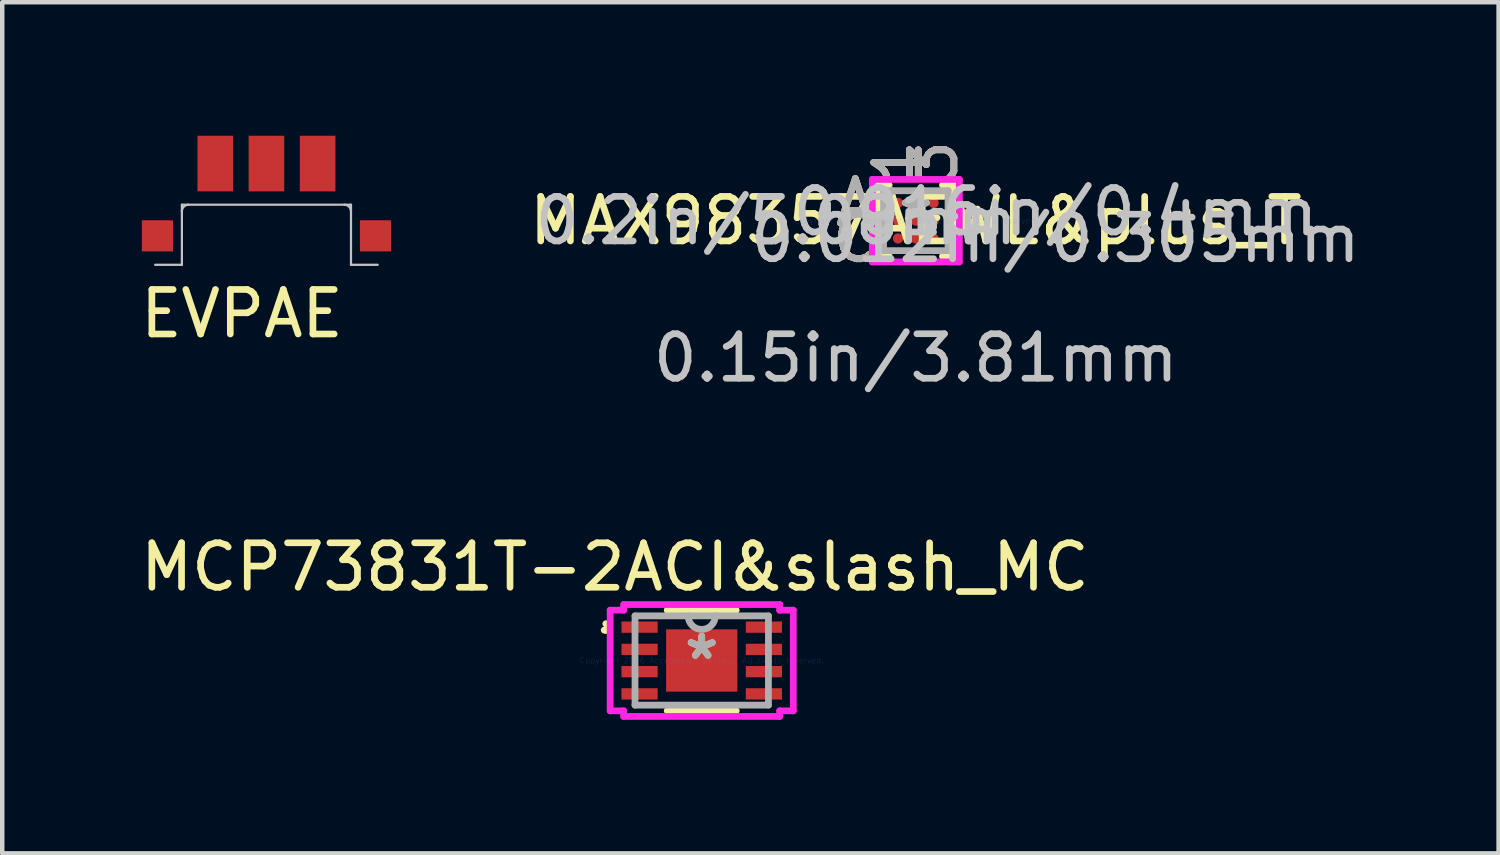
<source format=kicad_pcb>
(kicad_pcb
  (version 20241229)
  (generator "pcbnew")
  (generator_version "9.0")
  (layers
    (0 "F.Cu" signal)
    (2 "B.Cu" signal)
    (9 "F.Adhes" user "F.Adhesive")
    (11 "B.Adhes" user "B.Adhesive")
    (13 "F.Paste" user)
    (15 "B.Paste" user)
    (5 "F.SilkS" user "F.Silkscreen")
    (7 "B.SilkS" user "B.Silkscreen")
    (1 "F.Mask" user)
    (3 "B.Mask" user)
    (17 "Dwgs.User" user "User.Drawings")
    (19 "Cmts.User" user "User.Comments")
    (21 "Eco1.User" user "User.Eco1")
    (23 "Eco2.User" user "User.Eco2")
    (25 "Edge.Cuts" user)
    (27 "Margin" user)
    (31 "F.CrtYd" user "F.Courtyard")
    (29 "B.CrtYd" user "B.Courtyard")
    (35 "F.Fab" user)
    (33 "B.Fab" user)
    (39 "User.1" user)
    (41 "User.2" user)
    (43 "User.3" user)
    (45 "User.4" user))
  (footprint "MCP73831T-2ACI&slash_MC"
    (layer "F.Cu")
    (at 12.718 11.792)
    (property "Reference" "MCP73831T-2ACI&slash_MC" (at -1.95 -2.1 0) (layer "F.SilkS") (effects (font (size 1 1) (thickness 0.15))))
    (attr through_hole)
    (fp_line (start -0.775 1.13) (end 0.775 1.13) (stroke (width 0.152) (type solid)) (layer "F.SilkS"))
    (fp_line (start 0.775 -1.13) (end -0.775 -1.13) (stroke (width 0.152) (type solid)) (layer "F.SilkS"))
    (fp_arc (start -2.155 -0.8262) (mid -2.081171 -0.73114) (end -2.191546 -0.683136) (stroke (width 0.1524) (type solid)) (layer "F.SilkS"))
    (fp_line (start -2.057 -1.131) (end -1.753 -1.131) (stroke (width 0.152) (type solid)) (layer "F.CrtYd"))
    (fp_line (start -2.057 1.131) (end -2.057 -1.131) (stroke (width 0.152) (type solid)) (layer "F.CrtYd"))
    (fp_line (start -1.753 -1.257) (end 1.753 -1.257) (stroke (width 0.152) (type solid)) (layer "F.CrtYd"))
    (fp_line (start -1.753 -1.131) (end -1.753 -1.257) (stroke (width 0.152) (type solid)) (layer "F.CrtYd"))
    (fp_line (start -1.753 1.131) (end -2.057 1.131) (stroke (width 0.152) (type solid)) (layer "F.CrtYd"))
    (fp_line (start -1.753 1.257) (end -1.753 1.131) (stroke (width 0.152) (type solid)) (layer "F.CrtYd"))
    (fp_line (start 1.753 -1.257) (end 1.753 -1.131) (stroke (width 0.152) (type solid)) (layer "F.CrtYd"))
    (fp_line (start 1.753 -1.131) (end 2.057 -1.131) (stroke (width 0.152) (type solid)) (layer "F.CrtYd"))
    (fp_line (start 1.753 1.131) (end 1.753 1.257) (stroke (width 0.152) (type solid)) (layer "F.CrtYd"))
    (fp_line (start 1.753 1.257) (end -1.753 1.257) (stroke (width 0.152) (type solid)) (layer "F.CrtYd"))
    (fp_line (start 2.057 -1.131) (end 2.057 1.131) (stroke (width 0.152) (type solid)) (layer "F.CrtYd"))
    (fp_line (start 2.057 1.131) (end 1.753 1.131) (stroke (width 0.152) (type solid)) (layer "F.CrtYd"))
    (fp_line (start -1.499 -1.003) (end -1.499 1.003) (stroke (width 0.152) (type solid)) (layer "F.Fab"))
    (fp_line (start -1.499 1.003) (end 1.499 1.003) (stroke (width 0.152) (type solid)) (layer "F.Fab"))
    (fp_line (start 1.499 -1.003) (end -1.499 -1.003) (stroke (width 0.152) (type solid)) (layer "F.Fab"))
    (fp_line (start 1.499 1.003) (end 1.499 -1.003) (stroke (width 0.152) (type solid)) (layer "F.Fab"))
    (fp_arc (start 0.3048 -1.0033) (mid 0 -0.6985) (end -0.3048 -1.0033) (stroke (width 0.1524) (type solid)) (layer "F.Fab"))
    (fp_text user "*" (at 0 0 0) (layer "F.SilkS") (effects (font (size 1 1) (thickness 0.15))))
    (fp_text user "Copyright 2016 Accelerated Designs. All rights reserved." (at 0 0 0) (layer "Cmts.User") (effects (font (size 0.127 0.127) (thickness 0.002))))
    (fp_text user "*" (at 0 0 0) (layer "F.Fab") (effects (font (size 1 1) (thickness 0.15))))
    (pad "1" smd rect (at -1.397 -0.75) (size 0.813 0.254) (layers "F.Cu" "F.Mask" "F.Paste"))
    (pad "2" smd rect (at -1.397 -0.25) (size 0.813 0.254) (layers "F.Cu" "F.Mask" "F.Paste"))
    (pad "3" smd rect (at -1.397 0.25) (size 0.813 0.254) (layers "F.Cu" "F.Mask" "F.Paste"))
    (pad "4" smd rect (at -1.397 0.75) (size 0.813 0.254) (layers "F.Cu" "F.Mask" "F.Paste"))
    (pad "5" smd rect (at 1.397 0.75) (size 0.813 0.254) (layers "F.Cu" "F.Mask" "F.Paste"))
    (pad "6" smd rect (at 1.397 0.25) (size 0.813 0.254) (layers "F.Cu" "F.Mask" "F.Paste"))
    (pad "7" smd rect (at 1.397 -0.25) (size 0.813 0.254) (layers "F.Cu" "F.Mask" "F.Paste"))
    (pad "8" smd rect (at 1.397 -0.75) (size 0.813 0.254) (layers "F.Cu" "F.Mask" "F.Paste"))
    (pad "9" smd rect (at 0 0) (size 1.6 1.4) (layers "F.Cu" "F.Mask" "F.Paste")))
  (footprint "MAX98357AEWL&plus_T"
    (layer "F.Cu")
    (at 17.529 1.909)
    (property "Reference" "MAX98357AEWL&plus_T" (at 0 0 0) (layer "F.SilkS") (effects (font (size 1 1) (thickness 0.15))))
    (attr through_hole)
    (fp_line (start -0.851 -0.8) (end -0.851 0.8) (stroke (width 0.152) (type solid)) (layer "F.SilkS"))
    (fp_line (start -0.851 0.8) (end -0.599 0.8) (stroke (width 0.152) (type solid)) (layer "F.SilkS"))
    (fp_line (start -0.599 -0.8) (end -0.851 -0.8) (stroke (width 0.152) (type solid)) (layer "F.SilkS"))
    (fp_line (start 0.599 0.8) (end 0.851 0.8) (stroke (width 0.152) (type solid)) (layer "F.SilkS"))
    (fp_line (start 0.851 -0.8) (end 0.599 -0.8) (stroke (width 0.152) (type solid)) (layer "F.SilkS"))
    (fp_line (start 0.851 0.8) (end 0.851 -0.8) (stroke (width 0.152) (type solid)) (layer "F.SilkS"))
    (fp_line (start -0.978 -0.927) (end 0.978 -0.927) (stroke (width 0.152) (type solid)) (layer "F.CrtYd"))
    (fp_line (start -0.978 0.927) (end -0.978 -0.927) (stroke (width 0.152) (type solid)) (layer "F.CrtYd"))
    (fp_line (start 0.978 -0.927) (end 0.978 0.927) (stroke (width 0.152) (type solid)) (layer "F.CrtYd"))
    (fp_line (start 0.978 0.927) (end -0.978 0.927) (stroke (width 0.152) (type solid)) (layer "F.CrtYd"))
    (fp_line (start -0.724 -0.673) (end -0.724 0.673) (stroke (width 0.152) (type solid)) (layer "F.Fab"))
    (fp_line (start -0.724 0.673) (end 0.724 0.673) (stroke (width 0.152) (type solid)) (layer "F.Fab"))
    (fp_line (start -0.524 -0.673) (end -0.724 -0.473) (stroke (width 0.152) (type solid)) (layer "F.Fab"))
    (fp_line (start 0.724 -0.673) (end -0.724 -0.673) (stroke (width 0.152) (type solid)) (layer "F.Fab"))
    (fp_line (start 0.724 0.673) (end 0.724 -0.673) (stroke (width 0.152) (type solid)) (layer "F.Fab"))
    (fp_text user "1" (at -0.4 -1.308 90) (layer "F.SilkS") (effects (font (size 1 1) (thickness 0.15))))
    (fp_text user "A" (at -1.359 -0.4 0) (layer "F.SilkS") (effects (font (size 1 1) (thickness 0.15))))
    (fp_text user "C" (at -1.359 0.4 0) (layer "F.SilkS") (effects (font (size 1 1) (thickness 0.15))))
    (fp_text user "3" (at 0.4 -1.308 90) (layer "F.SilkS") (effects (font (size 1 1) (thickness 0.15))))
    (fp_text user "*" (at 0 0 0) (layer "F.SilkS") (effects (font (size 1 1) (thickness 0.15))))
    (fp_text user "A" (at -1.359 -0.4 0) (layer "B.SilkS") (effects (font (size 1 1) (thickness 0.15))))
    (fp_text user "1" (at -0.4 -1.308 90) (layer "B.SilkS") (effects (font (size 1 1) (thickness 0.15))))
    (fp_text user "3" (at 0.4 -1.308 90) (layer "B.SilkS") (effects (font (size 1 1) (thickness 0.15))))
    (fp_text user "C" (at -1.359 0.4 0) (layer "B.SilkS") (effects (font (size 1 1) (thickness 0.15))))
    (fp_text user "0.15in/3.81mm" (at 0 3.086 0) (layer "Dwgs.User") (effects (font (size 1 1) (thickness 0.15))))
    (fp_text user "0.012in/0.305mm" (at 3.137 0.4 0) (layer "Dwgs.User") (effects (font (size 1 1) (thickness 0.15))))
    (fp_text user "0.016in/0.4mm" (at 3.137 -0.2 0) (layer "Dwgs.User") (effects (font (size 1 1) (thickness 0.15))))
    (fp_text user "0.2in/5.08mm" (at -3.137 0 0) (layer "Dwgs.User") (effects (font (size 1 1) (thickness 0.15))))
    (fp_text user "Copyright 2016 Accelerated Designs. All rights reserved." (at 0 0 0) (layer "Cmts.User") (effects (font (size 0.127 0.127) (thickness 0.002))))
    (fp_text user "1" (at -0.4 -1.308 90) (layer "F.Fab") (effects (font (size 1 1) (thickness 0.15))))
    (fp_text user "A" (at -1.359 -0.4 0) (layer "F.Fab") (effects (font (size 1 1) (thickness 0.15))))
    (fp_text user "C" (at -1.359 0.4 0) (layer "F.Fab") (effects (font (size 1 1) (thickness 0.15))))
    (fp_text user "3" (at 0.4 -1.308 90) (layer "F.Fab") (effects (font (size 1 1) (thickness 0.15))))
    (fp_text user "*" (at 0 0 0) (layer "F.Fab") (effects (font (size 1 1) (thickness 0.15))))
    (pad "A1" smd circle (at -0.4 -0.4) (size 0.229 0.229) (layers "F.Cu" "F.Mask" "F.Paste"))
    (pad "A2" smd circle (at 0 -0.4) (size 0.229 0.229) (layers "F.Cu" "F.Mask" "F.Paste"))
    (pad "A3" smd circle (at 0.4 -0.4) (size 0.229 0.229) (layers "F.Cu" "F.Mask" "F.Paste"))
    (pad "B1" smd circle (at -0.4 0) (size 0.229 0.229) (layers "F.Cu" "F.Mask" "F.Paste"))
    (pad "B2" smd circle (at 0 0) (size 0.229 0.229) (layers "F.Cu" "F.Mask" "F.Paste"))
    (pad "B3" smd circle (at 0.4 0) (size 0.229 0.229) (layers "F.Cu" "F.Mask" "F.Paste"))
    (pad "C1" smd circle (at -0.4 0.4) (size 0.229 0.229) (layers "F.Cu" "F.Mask" "F.Paste"))
    (pad "C2" smd circle (at 0 0.4) (size 0.229 0.229) (layers "F.Cu" "F.Mask" "F.Paste"))
    (pad "C3" smd circle (at 0.4 0.4) (size 0.229 0.229) (layers "F.Cu" "F.Mask" "F.Paste")))
  (footprint "EVPAE"
    (layer "F.Cu")
    (at 2.937 1.55)
    (property "Reference" "EVPAE" (at -0.55 2.45 0) (layer "F.SilkS") (effects (font (size 1 1) (thickness 0.15))))
    (attr through_hole)
    (fp_line (start -2.5 1.35) (end -1.9 1.35) (stroke (width 0.05) (type solid)) (layer "Dwgs.User"))
    (fp_line (start -1.9 0) (end -1.9 1.35) (stroke (width 0.05) (type solid)) (layer "Dwgs.User"))
    (fp_line (start -1.9 0) (end 1.9 0) (stroke (width 0.05) (type solid)) (layer "Dwgs.User"))
    (fp_line (start 1.9 0) (end 1.9 1.35) (stroke (width 0.05) (type solid)) (layer "Dwgs.User"))
    (fp_line (start 1.9 1.35) (end 2.5 1.35) (stroke (width 0.05) (type solid)) (layer "Dwgs.User"))
    (fp_arc (start -1.9 0.15) (mid -1.856066 0.043934) (end -1.75 0) (stroke (width 0.05) (type solid)) (layer "Dwgs.User"))
    (fp_arc (start 1.75 0) (mid 1.856066 0.043934) (end 1.9 0.15) (stroke (width 0.05) (type solid)) (layer "Dwgs.User"))
    (pad "" smd rect (at -2.45 0.7) (size 0.7 0.7) (layers "F.Cu" "F.Mask" "F.Paste"))
    (pad "" smd rect (at 2.45 0.7) (size 0.7 0.7) (layers "F.Cu" "F.Mask" "F.Paste"))
    (pad "1" smd rect (at -1.15 -0.925) (size 0.8 1.25) (layers "F.Cu" "F.Mask" "F.Paste"))
    (pad "1" smd rect (at 1.15 -0.925) (size 0.8 1.25) (layers "F.Cu" "F.Mask" "F.Paste"))
    (pad "2" smd rect (at 0 -0.925) (size 0.8 1.25) (layers "F.Cu" "F.Mask" "F.Paste")))
  (gr_rect
    (start -3 -3)
    (end 30.624 16.125)
    (stroke (width 0.1) (type default))
    (fill no)
    (layer "Edge.Cuts")))
</source>
